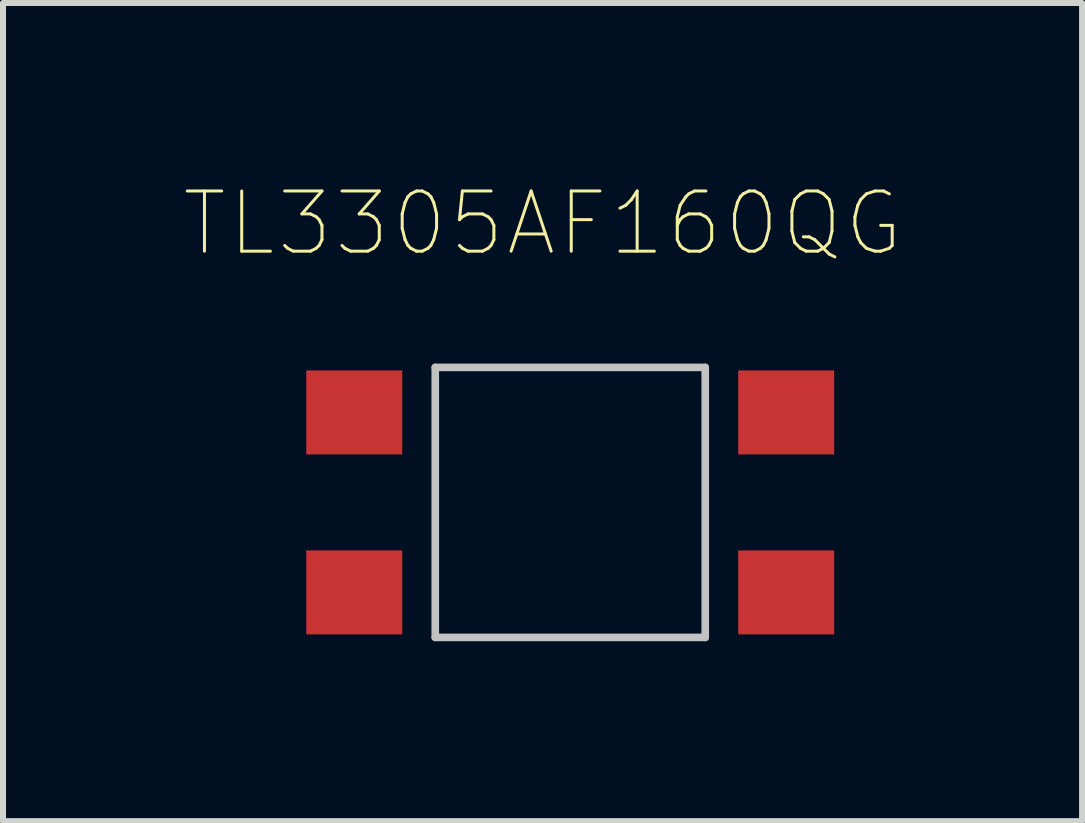
<source format=kicad_pcb>
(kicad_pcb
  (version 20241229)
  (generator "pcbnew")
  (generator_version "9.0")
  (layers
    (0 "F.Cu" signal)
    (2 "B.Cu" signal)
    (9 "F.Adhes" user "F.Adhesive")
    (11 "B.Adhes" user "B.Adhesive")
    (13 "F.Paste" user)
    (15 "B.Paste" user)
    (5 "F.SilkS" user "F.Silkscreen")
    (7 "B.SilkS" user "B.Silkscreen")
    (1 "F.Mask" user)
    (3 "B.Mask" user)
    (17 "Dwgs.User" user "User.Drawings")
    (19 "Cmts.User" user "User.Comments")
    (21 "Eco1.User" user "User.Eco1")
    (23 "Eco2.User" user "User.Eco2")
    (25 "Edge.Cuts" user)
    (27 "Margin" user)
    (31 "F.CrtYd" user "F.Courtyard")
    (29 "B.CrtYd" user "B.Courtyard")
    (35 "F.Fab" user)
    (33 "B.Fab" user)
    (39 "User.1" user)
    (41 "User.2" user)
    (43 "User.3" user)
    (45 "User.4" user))
  (footprint "TL3305AF160QG"
    (layer "F.Cu")
    (at 6.455 5.324)
    (property "Reference" "TL3305AF160QG" (at -0.461 -4.649 0) (layer "F.SilkS") (effects (font (size 1.003 1.003) (thickness 0.05))))
    (attr smd)
    (fp_line (start -2.25 -2.25) (end -2.25 2.25) (stroke (width 0.127) (type solid)) (layer "Dwgs.User"))
    (fp_line (start -2.25 2.25) (end 2.25 2.25) (stroke (width 0.127) (type solid)) (layer "Dwgs.User"))
    (fp_line (start 2.25 -2.25) (end -2.25 -2.25) (stroke (width 0.127) (type solid)) (layer "Dwgs.User"))
    (fp_line (start 2.25 2.25) (end 2.25 -2.25) (stroke (width 0.127) (type solid)) (layer "Dwgs.User"))
    (pad "1" smd rect (at 3.6 1.5) (size 1.6 1.4) (layers "F.Cu" "F.Mask" "F.Paste"))
    (pad "2" smd rect (at -3.6 1.5) (size 1.6 1.4) (layers "F.Cu" "F.Mask" "F.Paste"))
    (pad "3" smd rect (at 3.6 -1.5) (size 1.6 1.4) (layers "F.Cu" "F.Mask" "F.Paste"))
    (pad "4" smd rect (at -3.6 -1.5) (size 1.6 1.4) (layers "F.Cu" "F.Mask" "F.Paste")))
  (gr_rect
    (start -3 -3)
    (end 14.986 10.637)
    (stroke (width 0.1) (type default))
    (fill no)
    (layer "Edge.Cuts")))
</source>
